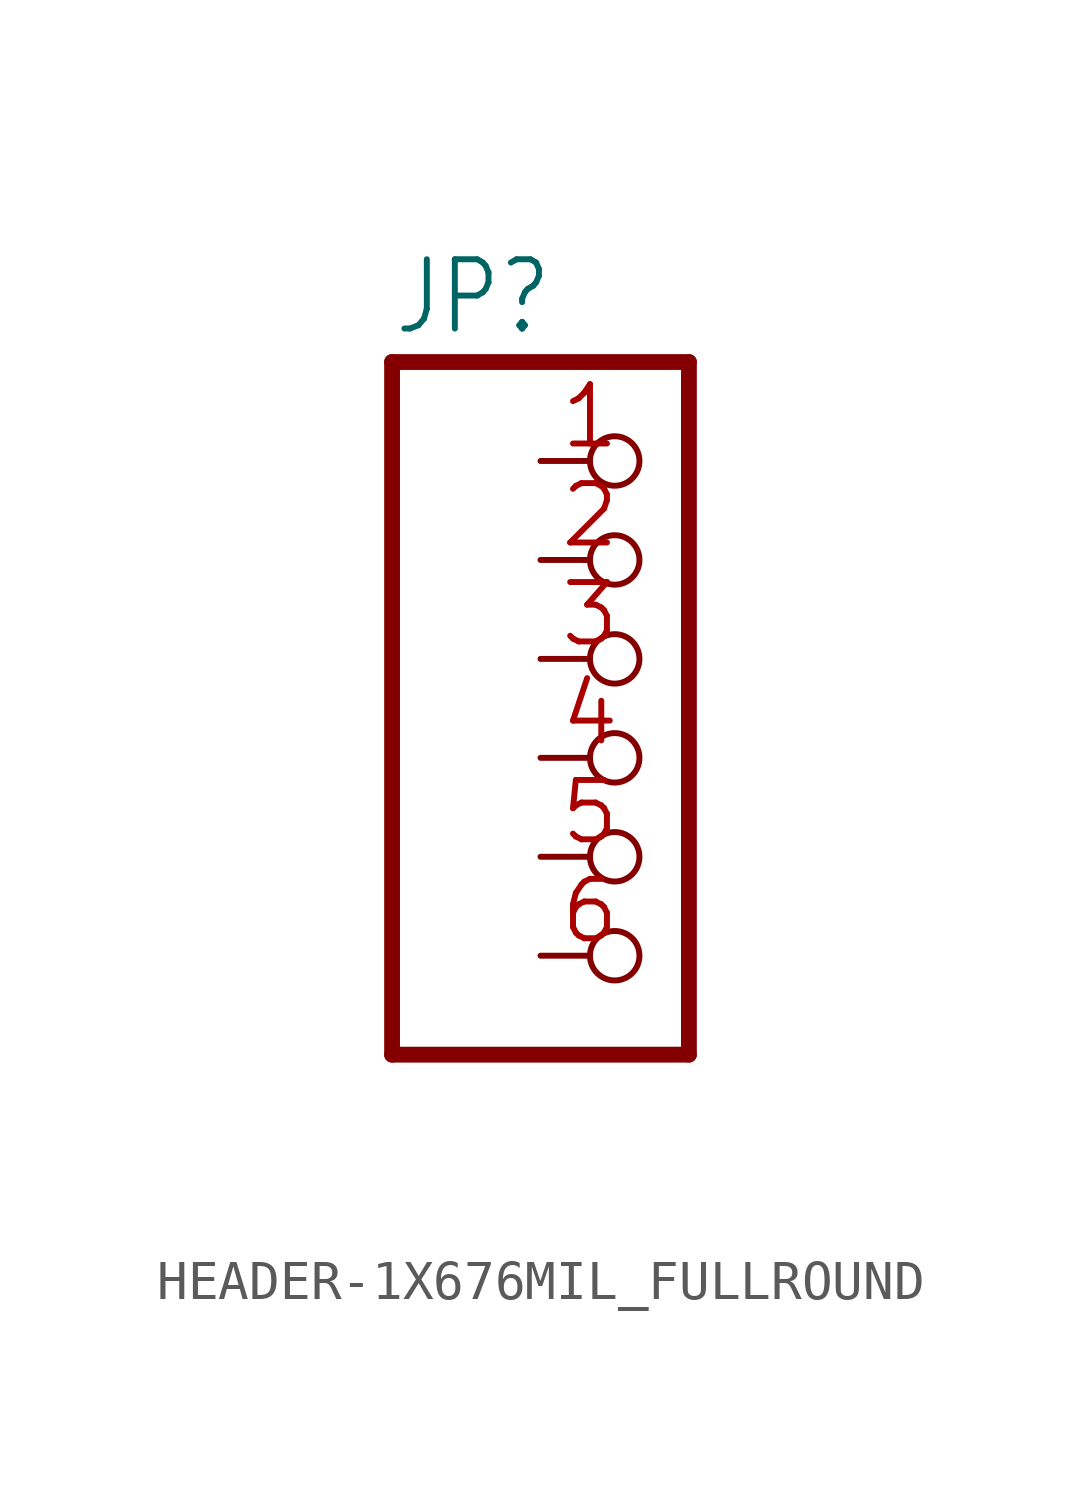
<source format=kicad_sym>
(kicad_symbol_lib
  (version 20241209)
  (generator "kicad_symbol_editor")
  (generator_version "9.0")
  (symbol "HEADER-1X676MIL_FULLROUND"
    (property "Reference" "JP"
      (at -6.35 10.795 0)
      (effects (font (size 1.778 1.511)) (justify left bottom)))
    (property "Value" ""
      (at -6.35 -10.16 0)
      (effects (font (size 1.778 1.511)) (justify left bottom)))
    (property "ki_locked" ""
      (at 0 0 0)
      (effects (font (size 1.27 1.27))))
    (symbol "HEADER-1X676MIL_FULLROUND_1_0"
      (polyline (pts (xy -6.35 10.16) (xy -6.35 -7.62)) (stroke (width 0.406) (type solid)) (fill (type none)))
      (polyline (pts (xy -6.35 -7.62) (xy 1.27 -7.62)) (stroke (width 0.406) (type solid)) (fill (type none)))
      (polyline (pts (xy 1.27 10.16) (xy -6.35 10.16)) (stroke (width 0.406) (type solid)) (fill (type none)))
      (polyline (pts (xy 1.27 -7.62) (xy 1.27 10.16)) (stroke (width 0.406) (type solid)) (fill (type none)))
      (pin passive inverted (at -2.54 7.62 0) (length 2.54) (name "1" (effects (font (size 0 0)))) (number "1" (effects (font (size 1.524 1.524)))))
      (pin passive inverted (at -2.54 5.08 0) (length 2.54) (name "2" (effects (font (size 0 0)))) (number "2" (effects (font (size 1.524 1.524)))))
      (pin passive inverted (at -2.54 2.54 0) (length 2.54) (name "3" (effects (font (size 0 0)))) (number "3" (effects (font (size 1.524 1.524)))))
      (pin passive inverted (at -2.54 0 0) (length 2.54) (name "4" (effects (font (size 0 0)))) (number "4" (effects (font (size 1.524 1.524)))))
      (pin passive inverted (at -2.54 -2.54 0) (length 2.54) (name "5" (effects (font (size 0 0)))) (number "5" (effects (font (size 1.524 1.524)))))
      (pin passive inverted (at -2.54 -5.08 0) (length 2.54) (name "6" (effects (font (size 0 0)))) (number "6" (effects (font (size 1.524 1.524))))))))
</source>
